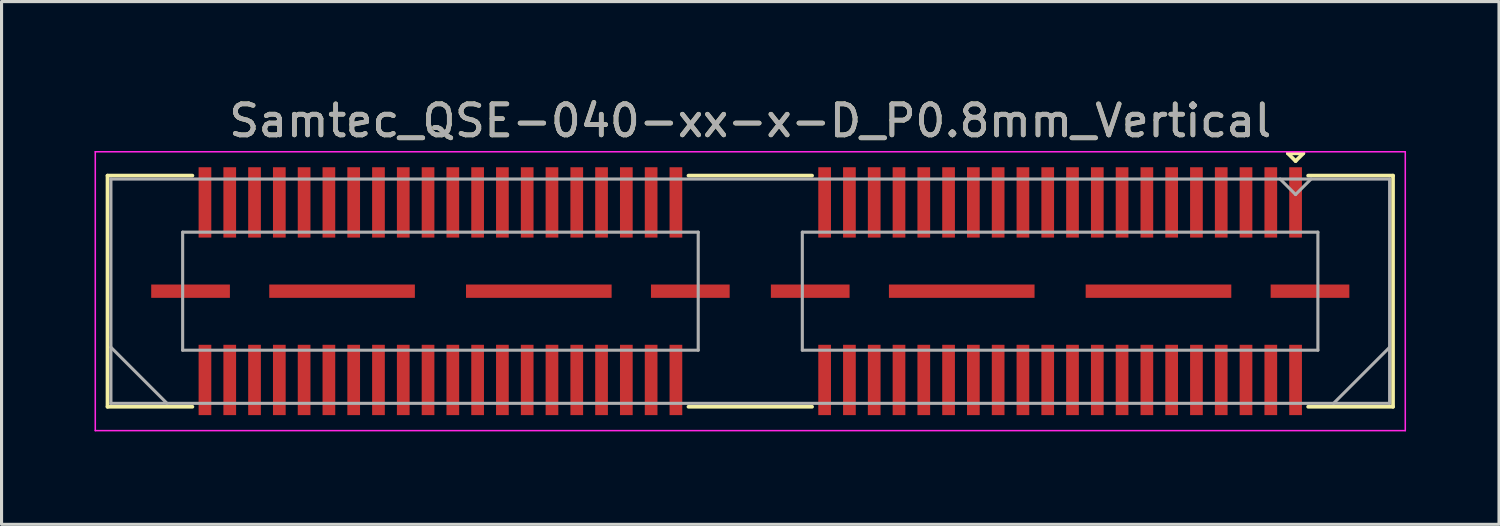
<source format=kicad_pcb>
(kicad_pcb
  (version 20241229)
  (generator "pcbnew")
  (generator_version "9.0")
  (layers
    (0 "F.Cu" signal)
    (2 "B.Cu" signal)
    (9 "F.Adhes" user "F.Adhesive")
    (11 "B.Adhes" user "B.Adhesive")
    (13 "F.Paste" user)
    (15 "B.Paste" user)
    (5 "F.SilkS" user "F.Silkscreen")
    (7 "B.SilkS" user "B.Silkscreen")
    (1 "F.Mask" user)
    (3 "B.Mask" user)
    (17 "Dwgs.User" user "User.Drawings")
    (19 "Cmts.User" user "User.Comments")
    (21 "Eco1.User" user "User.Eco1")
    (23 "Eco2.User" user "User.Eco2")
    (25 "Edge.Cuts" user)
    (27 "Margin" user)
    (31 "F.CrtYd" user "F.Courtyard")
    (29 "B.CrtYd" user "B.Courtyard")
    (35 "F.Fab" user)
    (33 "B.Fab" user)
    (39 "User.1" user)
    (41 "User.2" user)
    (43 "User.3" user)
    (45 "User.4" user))
  (footprint "Samtec_QSE-040-xx-x-D_P0.8mm_Vertical"
    (layer "F.Cu")
    (at 21.165 6.348)
    (property "Reference" "Samtec_QSE-040-xx-x-D_P0.8mm_Vertical" (at 0 -5.5 0) (layer "F.SilkS") (effects (font (size 1 1) (thickness 0.15))))
    (attr smd)
    (fp_line (start -20.745 -3.73) (end -18.005 -3.73) (stroke (width 0.12) (type solid)) (layer "F.SilkS"))
    (fp_line (start -20.745 3.73) (end -20.745 -3.73) (stroke (width 0.12) (type solid)) (layer "F.SilkS"))
    (fp_line (start -18.005 3.73) (end -20.745 3.73) (stroke (width 0.12) (type solid)) (layer "F.SilkS"))
    (fp_line (start 1.995 -3.73) (end -1.995 -3.73) (stroke (width 0.12) (type solid)) (layer "F.SilkS"))
    (fp_line (start 1.995 3.73) (end -1.995 3.73) (stroke (width 0.12) (type solid)) (layer "F.SilkS"))
    (fp_line (start 17.35 -4.45) (end 17.85 -4.45) (stroke (width 0.12) (type solid)) (layer "F.SilkS"))
    (fp_line (start 17.6 -4.2) (end 17.35 -4.45) (stroke (width 0.12) (type solid)) (layer "F.SilkS"))
    (fp_line (start 17.85 -4.45) (end 17.6 -4.2) (stroke (width 0.12) (type solid)) (layer "F.SilkS"))
    (fp_line (start 18.005 3.73) (end 20.745 3.73) (stroke (width 0.12) (type solid)) (layer "F.SilkS"))
    (fp_line (start 20.745 -3.73) (end 18.005 -3.73) (stroke (width 0.12) (type solid)) (layer "F.SilkS"))
    (fp_line (start 20.745 3.73) (end 20.745 -3.73) (stroke (width 0.12) (type solid)) (layer "F.SilkS"))
    (fp_line (start -21.14 -4.5) (end -21.14 4.5) (stroke (width 0.05) (type solid)) (layer "F.CrtYd"))
    (fp_line (start -21.14 4.5) (end 21.14 4.5) (stroke (width 0.05) (type solid)) (layer "F.CrtYd"))
    (fp_line (start 21.14 -4.5) (end -21.14 -4.5) (stroke (width 0.05) (type solid)) (layer "F.CrtYd"))
    (fp_line (start 21.14 4.5) (end 21.14 -4.5) (stroke (width 0.05) (type solid)) (layer "F.CrtYd"))
    (fp_line (start -20.635 -3.62) (end -20.635 3.62) (stroke (width 0.1) (type solid)) (layer "F.Fab"))
    (fp_line (start -20.635 1.81) (end -18.825 3.62) (stroke (width 0.1) (type solid)) (layer "F.Fab"))
    (fp_line (start -20.635 3.62) (end 20.635 3.62) (stroke (width 0.1) (type solid)) (layer "F.Fab"))
    (fp_line (start -18.32 -1.905) (end -18.32 1.905) (stroke (width 0.1) (type solid)) (layer "F.Fab"))
    (fp_line (start -18.32 1.905) (end -1.68 1.905) (stroke (width 0.1) (type solid)) (layer "F.Fab"))
    (fp_line (start -1.68 -1.905) (end -18.32 -1.905) (stroke (width 0.1) (type solid)) (layer "F.Fab"))
    (fp_line (start -1.68 1.905) (end -1.68 -1.905) (stroke (width 0.1) (type solid)) (layer "F.Fab"))
    (fp_line (start 1.68 -1.905) (end 1.68 1.905) (stroke (width 0.1) (type solid)) (layer "F.Fab"))
    (fp_line (start 1.68 1.905) (end 18.32 1.905) (stroke (width 0.1) (type solid)) (layer "F.Fab"))
    (fp_line (start 17.6 -3.12) (end 17.1 -3.62) (stroke (width 0.1) (type solid)) (layer "F.Fab"))
    (fp_line (start 18.1 -3.62) (end 17.6 -3.12) (stroke (width 0.1) (type solid)) (layer "F.Fab"))
    (fp_line (start 18.32 -1.905) (end 1.68 -1.905) (stroke (width 0.1) (type solid)) (layer "F.Fab"))
    (fp_line (start 18.32 1.905) (end 18.32 -1.905) (stroke (width 0.1) (type solid)) (layer "F.Fab"))
    (fp_line (start 20.635 -3.62) (end -20.635 -3.62) (stroke (width 0.1) (type solid)) (layer "F.Fab"))
    (fp_line (start 20.635 1.81) (end 18.825 3.62) (stroke (width 0.1) (type solid)) (layer "F.Fab"))
    (fp_line (start 20.635 3.62) (end 20.635 -3.62) (stroke (width 0.1) (type solid)) (layer "F.Fab"))
    (fp_text user "${REFERENCE}" (at 0 -5.5 0) (layer "F.Fab") (effects (font (size 1 1) (thickness 0.15))))
    (pad "1" smd rect (at 17.6 -2.865) (size 0.41 2.27) (layers "F.Cu" "F.Mask" "F.Paste"))
    (pad "2" smd rect (at 17.6 2.865) (size 0.41 2.27) (layers "F.Cu" "F.Mask" "F.Paste"))
    (pad "3" smd rect (at 16.8 -2.865) (size 0.41 2.27) (layers "F.Cu" "F.Mask" "F.Paste"))
    (pad "4" smd rect (at 16.8 2.865) (size 0.41 2.27) (layers "F.Cu" "F.Mask" "F.Paste"))
    (pad "5" smd rect (at 16 -2.865) (size 0.41 2.27) (layers "F.Cu" "F.Mask" "F.Paste"))
    (pad "6" smd rect (at 16 2.865) (size 0.41 2.27) (layers "F.Cu" "F.Mask" "F.Paste"))
    (pad "7" smd rect (at 15.2 -2.865) (size 0.41 2.27) (layers "F.Cu" "F.Mask" "F.Paste"))
    (pad "8" smd rect (at 15.2 2.865) (size 0.41 2.27) (layers "F.Cu" "F.Mask" "F.Paste"))
    (pad "9" smd rect (at 14.4 -2.865) (size 0.41 2.27) (layers "F.Cu" "F.Mask" "F.Paste"))
    (pad "10" smd rect (at 14.4 2.865) (size 0.41 2.27) (layers "F.Cu" "F.Mask" "F.Paste"))
    (pad "11" smd rect (at 13.6 -2.865) (size 0.41 2.27) (layers "F.Cu" "F.Mask" "F.Paste"))
    (pad "12" smd rect (at 13.6 2.865) (size 0.41 2.27) (layers "F.Cu" "F.Mask" "F.Paste"))
    (pad "13" smd rect (at 12.8 -2.865) (size 0.41 2.27) (layers "F.Cu" "F.Mask" "F.Paste"))
    (pad "14" smd rect (at 12.8 2.865) (size 0.41 2.27) (layers "F.Cu" "F.Mask" "F.Paste"))
    (pad "15" smd rect (at 12 -2.865) (size 0.41 2.27) (layers "F.Cu" "F.Mask" "F.Paste"))
    (pad "16" smd rect (at 12 2.865) (size 0.41 2.27) (layers "F.Cu" "F.Mask" "F.Paste"))
    (pad "17" smd rect (at 11.2 -2.865) (size 0.41 2.27) (layers "F.Cu" "F.Mask" "F.Paste"))
    (pad "18" smd rect (at 11.2 2.865) (size 0.41 2.27) (layers "F.Cu" "F.Mask" "F.Paste"))
    (pad "19" smd rect (at 10.4 -2.865) (size 0.41 2.27) (layers "F.Cu" "F.Mask" "F.Paste"))
    (pad "20" smd rect (at 10.4 2.865) (size 0.41 2.27) (layers "F.Cu" "F.Mask" "F.Paste"))
    (pad "21" smd rect (at 9.6 -2.865) (size 0.41 2.27) (layers "F.Cu" "F.Mask" "F.Paste"))
    (pad "22" smd rect (at 9.6 2.865) (size 0.41 2.27) (layers "F.Cu" "F.Mask" "F.Paste"))
    (pad "23" smd rect (at 8.8 -2.865) (size 0.41 2.27) (layers "F.Cu" "F.Mask" "F.Paste"))
    (pad "24" smd rect (at 8.8 2.865) (size 0.41 2.27) (layers "F.Cu" "F.Mask" "F.Paste"))
    (pad "25" smd rect (at 8 -2.865) (size 0.41 2.27) (layers "F.Cu" "F.Mask" "F.Paste"))
    (pad "26" smd rect (at 8 2.865) (size 0.41 2.27) (layers "F.Cu" "F.Mask" "F.Paste"))
    (pad "27" smd rect (at 7.2 -2.865) (size 0.41 2.27) (layers "F.Cu" "F.Mask" "F.Paste"))
    (pad "28" smd rect (at 7.2 2.865) (size 0.41 2.27) (layers "F.Cu" "F.Mask" "F.Paste"))
    (pad "29" smd rect (at 6.4 -2.865) (size 0.41 2.27) (layers "F.Cu" "F.Mask" "F.Paste"))
    (pad "30" smd rect (at 6.4 2.865) (size 0.41 2.27) (layers "F.Cu" "F.Mask" "F.Paste"))
    (pad "31" smd rect (at 5.6 -2.865) (size 0.41 2.27) (layers "F.Cu" "F.Mask" "F.Paste"))
    (pad "32" smd rect (at 5.6 2.865) (size 0.41 2.27) (layers "F.Cu" "F.Mask" "F.Paste"))
    (pad "33" smd rect (at 4.8 -2.865) (size 0.41 2.27) (layers "F.Cu" "F.Mask" "F.Paste"))
    (pad "34" smd rect (at 4.8 2.865) (size 0.41 2.27) (layers "F.Cu" "F.Mask" "F.Paste"))
    (pad "35" smd rect (at 4 -2.865) (size 0.41 2.27) (layers "F.Cu" "F.Mask" "F.Paste"))
    (pad "36" smd rect (at 4 2.865) (size 0.41 2.27) (layers "F.Cu" "F.Mask" "F.Paste"))
    (pad "37" smd rect (at 3.2 -2.865) (size 0.41 2.27) (layers "F.Cu" "F.Mask" "F.Paste"))
    (pad "38" smd rect (at 3.2 2.865) (size 0.41 2.27) (layers "F.Cu" "F.Mask" "F.Paste"))
    (pad "39" smd rect (at 2.4 -2.865) (size 0.41 2.27) (layers "F.Cu" "F.Mask" "F.Paste"))
    (pad "40" smd rect (at 2.4 2.865) (size 0.41 2.27) (layers "F.Cu" "F.Mask" "F.Paste"))
    (pad "41" smd rect (at -2.4 -2.865) (size 0.41 2.27) (layers "F.Cu" "F.Mask" "F.Paste"))
    (pad "42" smd rect (at -2.4 2.865) (size 0.41 2.27) (layers "F.Cu" "F.Mask" "F.Paste"))
    (pad "43" smd rect (at -3.2 -2.865) (size 0.41 2.27) (layers "F.Cu" "F.Mask" "F.Paste"))
    (pad "44" smd rect (at -3.2 2.865) (size 0.41 2.27) (layers "F.Cu" "F.Mask" "F.Paste"))
    (pad "45" smd rect (at -4 -2.865) (size 0.41 2.27) (layers "F.Cu" "F.Mask" "F.Paste"))
    (pad "46" smd rect (at -4 2.865) (size 0.41 2.27) (layers "F.Cu" "F.Mask" "F.Paste"))
    (pad "47" smd rect (at -4.8 -2.865) (size 0.41 2.27) (layers "F.Cu" "F.Mask" "F.Paste"))
    (pad "48" smd rect (at -4.8 2.865) (size 0.41 2.27) (layers "F.Cu" "F.Mask" "F.Paste"))
    (pad "49" smd rect (at -5.6 -2.865) (size 0.41 2.27) (layers "F.Cu" "F.Mask" "F.Paste"))
    (pad "50" smd rect (at -5.6 2.865) (size 0.41 2.27) (layers "F.Cu" "F.Mask" "F.Paste"))
    (pad "51" smd rect (at -6.4 -2.865) (size 0.41 2.27) (layers "F.Cu" "F.Mask" "F.Paste"))
    (pad "52" smd rect (at -6.4 2.865) (size 0.41 2.27) (layers "F.Cu" "F.Mask" "F.Paste"))
    (pad "53" smd rect (at -7.2 -2.865) (size 0.41 2.27) (layers "F.Cu" "F.Mask" "F.Paste"))
    (pad "54" smd rect (at -7.2 2.865) (size 0.41 2.27) (layers "F.Cu" "F.Mask" "F.Paste"))
    (pad "55" smd rect (at -8 -2.865) (size 0.41 2.27) (layers "F.Cu" "F.Mask" "F.Paste"))
    (pad "56" smd rect (at -8 2.865) (size 0.41 2.27) (layers "F.Cu" "F.Mask" "F.Paste"))
    (pad "57" smd rect (at -8.8 -2.865) (size 0.41 2.27) (layers "F.Cu" "F.Mask" "F.Paste"))
    (pad "58" smd rect (at -8.8 2.865) (size 0.41 2.27) (layers "F.Cu" "F.Mask" "F.Paste"))
    (pad "59" smd rect (at -9.6 -2.865) (size 0.41 2.27) (layers "F.Cu" "F.Mask" "F.Paste"))
    (pad "60" smd rect (at -9.6 2.865) (size 0.41 2.27) (layers "F.Cu" "F.Mask" "F.Paste"))
    (pad "61" smd rect (at -10.4 -2.865) (size 0.41 2.27) (layers "F.Cu" "F.Mask" "F.Paste"))
    (pad "62" smd rect (at -10.4 2.865) (size 0.41 2.27) (layers "F.Cu" "F.Mask" "F.Paste"))
    (pad "63" smd rect (at -11.2 -2.865) (size 0.41 2.27) (layers "F.Cu" "F.Mask" "F.Paste"))
    (pad "64" smd rect (at -11.2 2.865) (size 0.41 2.27) (layers "F.Cu" "F.Mask" "F.Paste"))
    (pad "65" smd rect (at -12 -2.865) (size 0.41 2.27) (layers "F.Cu" "F.Mask" "F.Paste"))
    (pad "66" smd rect (at -12 2.865) (size 0.41 2.27) (layers "F.Cu" "F.Mask" "F.Paste"))
    (pad "67" smd rect (at -12.8 -2.865) (size 0.41 2.27) (layers "F.Cu" "F.Mask" "F.Paste"))
    (pad "68" smd rect (at -12.8 2.865) (size 0.41 2.27) (layers "F.Cu" "F.Mask" "F.Paste"))
    (pad "69" smd rect (at -13.6 -2.865) (size 0.41 2.27) (layers "F.Cu" "F.Mask" "F.Paste"))
    (pad "70" smd rect (at -13.6 2.865) (size 0.41 2.27) (layers "F.Cu" "F.Mask" "F.Paste"))
    (pad "71" smd rect (at -14.4 -2.865) (size 0.41 2.27) (layers "F.Cu" "F.Mask" "F.Paste"))
    (pad "72" smd rect (at -14.4 2.865) (size 0.41 2.27) (layers "F.Cu" "F.Mask" "F.Paste"))
    (pad "73" smd rect (at -15.2 -2.865) (size 0.41 2.27) (layers "F.Cu" "F.Mask" "F.Paste"))
    (pad "74" smd rect (at -15.2 2.865) (size 0.41 2.27) (layers "F.Cu" "F.Mask" "F.Paste"))
    (pad "75" smd rect (at -16 -2.865) (size 0.41 2.27) (layers "F.Cu" "F.Mask" "F.Paste"))
    (pad "76" smd rect (at -16 2.865) (size 0.41 2.27) (layers "F.Cu" "F.Mask" "F.Paste"))
    (pad "77" smd rect (at -16.8 -2.865) (size 0.41 2.27) (layers "F.Cu" "F.Mask" "F.Paste"))
    (pad "78" smd rect (at -16.8 2.865) (size 0.41 2.27) (layers "F.Cu" "F.Mask" "F.Paste"))
    (pad "79" smd rect (at -17.6 -2.865) (size 0.41 2.27) (layers "F.Cu" "F.Mask" "F.Paste"))
    (pad "80" smd rect (at -17.6 2.865) (size 0.41 2.27) (layers "F.Cu" "F.Mask" "F.Paste"))
    (pad "P1" smd rect (at 1.935 0) (size 2.54 0.43) (layers "F.Cu" "F.Mask" "F.Paste"))
    (pad "P1" smd rect (at 6.825 0) (size 4.7 0.43) (layers "F.Cu" "F.Mask" "F.Paste"))
    (pad "P1" smd rect (at 13.175 0) (size 4.7 0.43) (layers "F.Cu" "F.Mask" "F.Paste"))
    (pad "P1" smd rect (at 18.065 0) (size 2.54 0.43) (layers "F.Cu" "F.Mask" "F.Paste"))
    (pad "P2" smd rect (at -18.065 0) (size 2.54 0.43) (layers "F.Cu" "F.Mask" "F.Paste"))
    (pad "P2" smd rect (at -13.175 0) (size 4.7 0.43) (layers "F.Cu" "F.Mask" "F.Paste"))
    (pad "P2" smd rect (at -6.825 0) (size 4.7 0.43) (layers "F.Cu" "F.Mask" "F.Paste"))
    (pad "P2" smd rect (at -1.935 0) (size 2.54 0.43) (layers "F.Cu" "F.Mask" "F.Paste")))
  (gr_rect
    (start -3 -3)
    (end 45.33 13.873)
    (stroke (width 0.1) (type default))
    (fill no)
    (layer "Edge.Cuts")))
</source>
